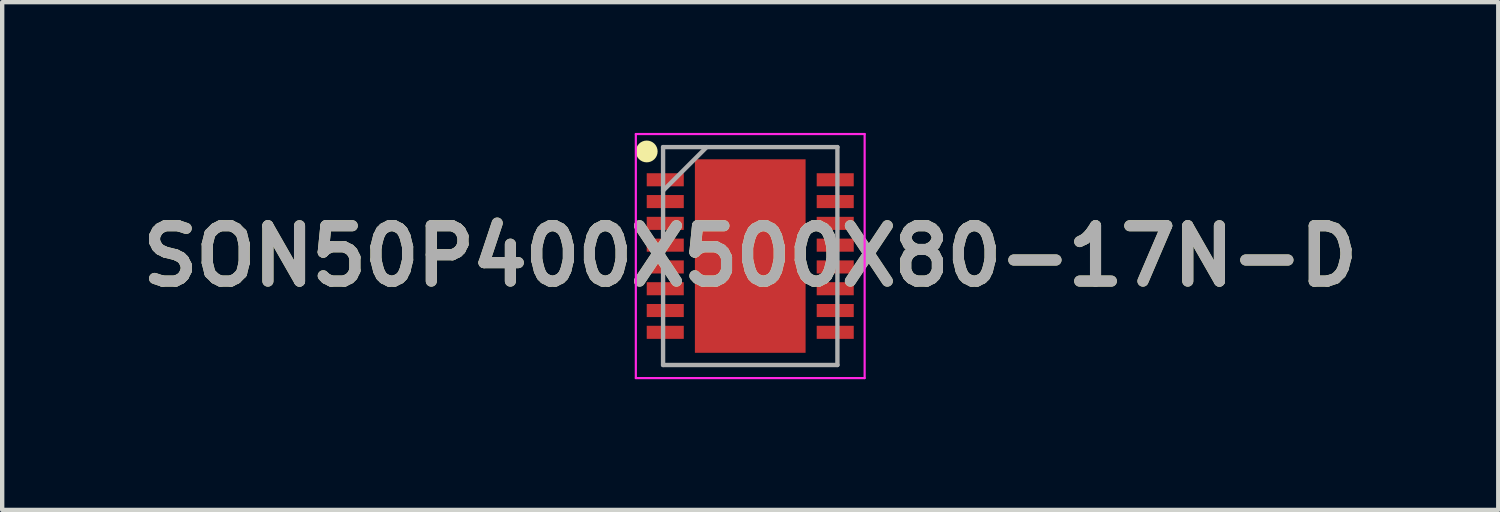
<source format=kicad_pcb>
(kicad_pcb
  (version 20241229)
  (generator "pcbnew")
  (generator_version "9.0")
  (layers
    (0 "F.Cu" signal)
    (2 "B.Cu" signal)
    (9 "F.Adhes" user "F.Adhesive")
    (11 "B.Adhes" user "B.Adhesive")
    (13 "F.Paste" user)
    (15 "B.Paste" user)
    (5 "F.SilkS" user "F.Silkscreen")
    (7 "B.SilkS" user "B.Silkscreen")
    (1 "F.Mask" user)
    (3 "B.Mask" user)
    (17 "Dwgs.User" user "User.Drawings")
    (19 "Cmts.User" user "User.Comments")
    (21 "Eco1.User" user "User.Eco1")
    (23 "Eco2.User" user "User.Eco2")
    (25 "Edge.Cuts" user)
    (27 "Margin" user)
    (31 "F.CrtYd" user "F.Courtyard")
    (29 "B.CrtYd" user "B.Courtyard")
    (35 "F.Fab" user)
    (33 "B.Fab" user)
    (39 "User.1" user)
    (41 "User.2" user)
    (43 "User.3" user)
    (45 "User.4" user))
  (footprint "SON50P400X500X80-17N-D"
    (layer "F.Cu")
    (at 14.164 2.825)
    (property "Reference" "SON50P400X500X80-17N-D" (at 0 0 0) (layer "F.SilkS") (effects (font (size 1.27 1.27) (thickness 0.254))))
    (attr smd)
    (fp_circle (center -2.375 -2.4) (end -2.375 -2.275) (stroke (width 0.25) (type solid)) (fill no) (layer "F.SilkS"))
    (fp_line (start -2.625 -2.8) (end 2.625 -2.8) (stroke (width 0.05) (type solid)) (layer "F.CrtYd"))
    (fp_line (start -2.625 2.8) (end -2.625 -2.8) (stroke (width 0.05) (type solid)) (layer "F.CrtYd"))
    (fp_line (start 2.625 -2.8) (end 2.625 2.8) (stroke (width 0.05) (type solid)) (layer "F.CrtYd"))
    (fp_line (start 2.625 2.8) (end -2.625 2.8) (stroke (width 0.05) (type solid)) (layer "F.CrtYd"))
    (fp_line (start -2 -2.5) (end 2 -2.5) (stroke (width 0.1) (type solid)) (layer "F.Fab"))
    (fp_line (start -2 -1.5) (end -1 -2.5) (stroke (width 0.1) (type solid)) (layer "F.Fab"))
    (fp_line (start -2 2.5) (end -2 -2.5) (stroke (width 0.1) (type solid)) (layer "F.Fab"))
    (fp_line (start 2 -2.5) (end 2 2.5) (stroke (width 0.1) (type solid)) (layer "F.Fab"))
    (fp_line (start 2 2.5) (end -2 2.5) (stroke (width 0.1) (type solid)) (layer "F.Fab"))
    (fp_text user "${REFERENCE}" (at 0 0 0) (layer "F.Fab") (effects (font (size 1.27 1.27) (thickness 0.254))))
    (pad "1" smd rect (at -1.95 -1.75 90) (size 0.3 0.85) (layers "F.Cu" "F.Mask" "F.Paste"))
    (pad "2" smd rect (at -1.95 -1.25 90) (size 0.3 0.85) (layers "F.Cu" "F.Mask" "F.Paste"))
    (pad "3" smd rect (at -1.95 -0.75 90) (size 0.3 0.85) (layers "F.Cu" "F.Mask" "F.Paste"))
    (pad "4" smd rect (at -1.95 -0.25 90) (size 0.3 0.85) (layers "F.Cu" "F.Mask" "F.Paste"))
    (pad "5" smd rect (at -1.95 0.25 90) (size 0.3 0.85) (layers "F.Cu" "F.Mask" "F.Paste"))
    (pad "6" smd rect (at -1.95 0.75 90) (size 0.3 0.85) (layers "F.Cu" "F.Mask" "F.Paste"))
    (pad "7" smd rect (at -1.95 1.25 90) (size 0.3 0.85) (layers "F.Cu" "F.Mask" "F.Paste"))
    (pad "8" smd rect (at -1.95 1.75 90) (size 0.3 0.85) (layers "F.Cu" "F.Mask" "F.Paste"))
    (pad "9" smd rect (at 1.95 1.75 90) (size 0.3 0.85) (layers "F.Cu" "F.Mask" "F.Paste"))
    (pad "10" smd rect (at 1.95 1.25 90) (size 0.3 0.85) (layers "F.Cu" "F.Mask" "F.Paste"))
    (pad "11" smd rect (at 1.95 0.75 90) (size 0.3 0.85) (layers "F.Cu" "F.Mask" "F.Paste"))
    (pad "12" smd rect (at 1.95 0.25 90) (size 0.3 0.85) (layers "F.Cu" "F.Mask" "F.Paste"))
    (pad "13" smd rect (at 1.95 -0.25 90) (size 0.3 0.85) (layers "F.Cu" "F.Mask" "F.Paste"))
    (pad "14" smd rect (at 1.95 -0.75 90) (size 0.3 0.85) (layers "F.Cu" "F.Mask" "F.Paste"))
    (pad "15" smd rect (at 1.95 -1.25 90) (size 0.3 0.85) (layers "F.Cu" "F.Mask" "F.Paste"))
    (pad "16" smd rect (at 1.95 -1.75 90) (size 0.3 0.85) (layers "F.Cu" "F.Mask" "F.Paste"))
    (pad "17" smd rect (at 0 0) (size 2.54 4.44) (layers "F.Cu" "F.Mask" "F.Paste")))
  (gr_rect
    (start -3 -3)
    (end 31.327 8.65)
    (stroke (width 0.1) (type default))
    (fill no)
    (layer "Edge.Cuts")))
</source>
